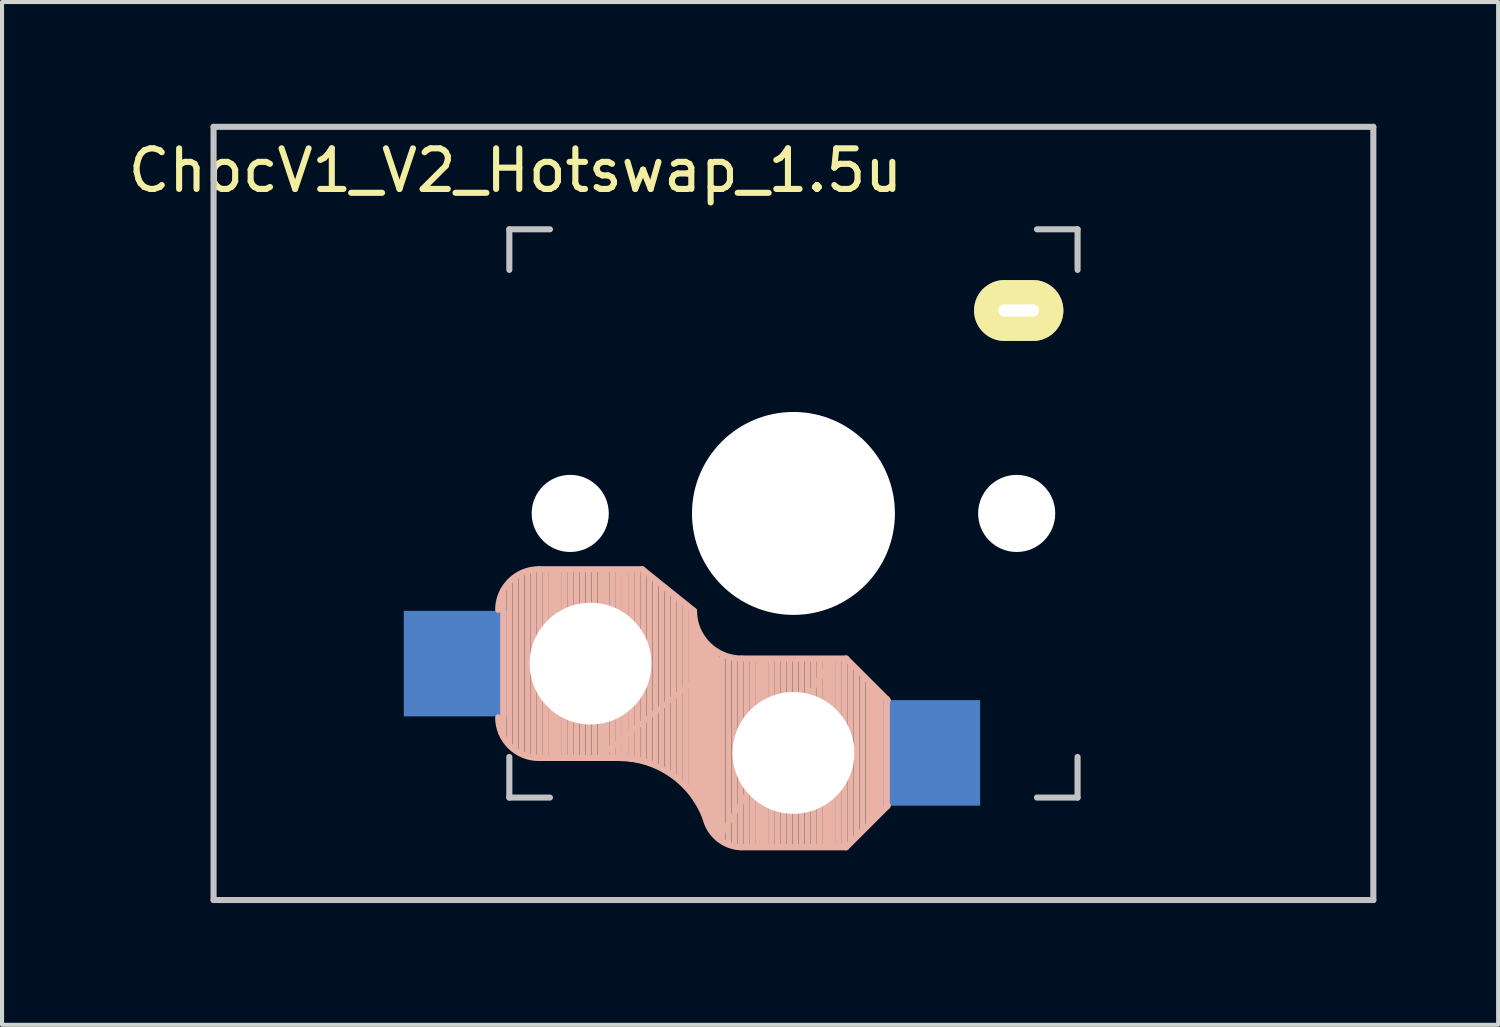
<source format=kicad_pcb>
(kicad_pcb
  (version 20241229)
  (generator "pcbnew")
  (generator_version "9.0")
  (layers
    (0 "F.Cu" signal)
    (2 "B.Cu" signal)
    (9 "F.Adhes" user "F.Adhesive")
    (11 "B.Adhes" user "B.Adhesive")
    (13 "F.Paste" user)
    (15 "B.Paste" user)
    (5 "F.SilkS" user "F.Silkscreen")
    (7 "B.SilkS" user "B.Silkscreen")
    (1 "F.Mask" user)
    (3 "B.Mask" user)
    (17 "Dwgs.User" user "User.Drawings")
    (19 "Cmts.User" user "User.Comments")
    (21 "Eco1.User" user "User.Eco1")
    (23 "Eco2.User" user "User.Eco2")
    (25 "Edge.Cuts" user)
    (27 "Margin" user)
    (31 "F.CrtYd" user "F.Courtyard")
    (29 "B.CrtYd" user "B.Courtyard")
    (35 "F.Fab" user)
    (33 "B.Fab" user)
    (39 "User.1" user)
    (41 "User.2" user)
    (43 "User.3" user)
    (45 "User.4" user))
  (footprint "ChocV1_V2_Hotswap_1.5u"
    (layer "F.Cu")
    (at 16.499 9.6)
    (property "Reference" "ChocV1_V2_Hotswap_1.5u" (at -6.85 -8.45 0) (layer "F.SilkS") (effects (font (size 1 1) (thickness 0.15))))
    (attr through_hole)
    (fp_line (start -7.15 5.5) (end -7.15 1.9) (stroke (width 0.15) (type solid)) (layer "B.SilkS"))
    (fp_line (start -7 5.7) (end -7 1.7) (stroke (width 0.15) (type solid)) (layer "B.SilkS"))
    (fp_line (start -6.85 5.8) (end -6.85 1.6) (stroke (width 0.15) (type solid)) (layer "B.SilkS"))
    (fp_line (start -6.7 5.9) (end -6.7 1.5) (stroke (width 0.15) (type solid)) (layer "B.SilkS"))
    (fp_line (start -6.55 5.95) (end -6.55 1.45) (stroke (width 0.15) (type solid)) (layer "B.SilkS"))
    (fp_line (start -6.4 6) (end -6.4 1.45) (stroke (width 0.15) (type solid)) (layer "B.SilkS"))
    (fp_line (start -6.25 6) (end -6.25 1.4) (stroke (width 0.15) (type solid)) (layer "B.SilkS"))
    (fp_line (start -6.1 6) (end -6.1 1.4) (stroke (width 0.15) (type solid)) (layer "B.SilkS"))
    (fp_line (start -5.95 6) (end -5.95 1.4) (stroke (width 0.15) (type solid)) (layer "B.SilkS"))
    (fp_line (start -5.8 6) (end -5.8 1.4) (stroke (width 0.15) (type solid)) (layer "B.SilkS"))
    (fp_line (start -5.65 6) (end -5.65 1.4) (stroke (width 0.15) (type solid)) (layer "B.SilkS"))
    (fp_line (start -5.5 6) (end -5.5 1.4) (stroke (width 0.15) (type solid)) (layer "B.SilkS"))
    (fp_line (start -5.35 6) (end -5.35 1.4) (stroke (width 0.15) (type solid)) (layer "B.SilkS"))
    (fp_line (start -5.2 6) (end -5.2 1.4) (stroke (width 0.15) (type solid)) (layer "B.SilkS"))
    (fp_line (start -5.05 6) (end -5.05 1.4) (stroke (width 0.15) (type solid)) (layer "B.SilkS"))
    (fp_line (start -4.9 6) (end -4.9 1.4) (stroke (width 0.15) (type solid)) (layer "B.SilkS"))
    (fp_line (start -4.75 6) (end -4.75 1.4) (stroke (width 0.15) (type solid)) (layer "B.SilkS"))
    (fp_line (start -4.65 5.9) (end -4.65 1.4) (stroke (width 0.12) (type solid)) (layer "B.SilkS"))
    (fp_line (start -4.6 6) (end -4.6 1.4) (stroke (width 0.15) (type solid)) (layer "B.SilkS"))
    (fp_line (start -4.45 6) (end -4.45 1.4) (stroke (width 0.15) (type solid)) (layer "B.SilkS"))
    (fp_line (start -4.3 6) (end -4.3 1.4) (stroke (width 0.15) (type solid)) (layer "B.SilkS"))
    (fp_line (start -4.3 6.025) (end -6.275 6.025) (stroke (width 0.15) (type solid)) (layer "B.SilkS"))
    (fp_line (start -4.15 6) (end -4.15 1.45) (stroke (width 0.15) (type solid)) (layer "B.SilkS"))
    (fp_line (start -4 6.05) (end -4 1.4) (stroke (width 0.15) (type solid)) (layer "B.SilkS"))
    (fp_line (start -3.85 6.05) (end -3.85 1.4) (stroke (width 0.15) (type solid)) (layer "B.SilkS"))
    (fp_line (start -3.725 1.375) (end -6.275 1.375) (stroke (width 0.15) (type solid)) (layer "B.SilkS"))
    (fp_line (start -3.725 1.375) (end -2.45 2.4) (stroke (width 0.15) (type solid)) (layer "B.SilkS"))
    (fp_line (start -3.7 6.05) (end -3.7 1.45) (stroke (width 0.15) (type solid)) (layer "B.SilkS"))
    (fp_line (start -3.55 6.1) (end -3.55 1.55) (stroke (width 0.15) (type solid)) (layer "B.SilkS"))
    (fp_line (start -3.4 6.2) (end -3.4 1.65) (stroke (width 0.15) (type solid)) (layer "B.SilkS"))
    (fp_line (start -3.25 6.25) (end -3.25 1.8) (stroke (width 0.15) (type solid)) (layer "B.SilkS"))
    (fp_line (start -3.1 6.35) (end -3.1 1.9) (stroke (width 0.15) (type solid)) (layer "B.SilkS"))
    (fp_line (start -2.95 6.45) (end -2.95 2.05) (stroke (width 0.15) (type solid)) (layer "B.SilkS"))
    (fp_line (start -2.8 6.55) (end -2.8 2.15) (stroke (width 0.15) (type solid)) (layer "B.SilkS"))
    (fp_line (start -2.65 6.7) (end -2.65 2.25) (stroke (width 0.15) (type solid)) (layer "B.SilkS"))
    (fp_line (start -2.5 6.85) (end -2.5 2.4) (stroke (width 0.15) (type solid)) (layer "B.SilkS"))
    (fp_line (start -2.4 7.05) (end -2.4 2.9) (stroke (width 0.15) (type solid)) (layer "B.SilkS"))
    (fp_line (start -2.3 7.2) (end -2.3 3.05) (stroke (width 0.15) (type solid)) (layer "B.SilkS"))
    (fp_line (start -2.2 7.4) (end -2.2 3.25) (stroke (width 0.15) (type solid)) (layer "B.SilkS"))
    (fp_line (start -2.1 7.55) (end -2.1 3.35) (stroke (width 0.15) (type solid)) (layer "B.SilkS"))
    (fp_line (start -2 7.8) (end -2 3.4) (stroke (width 0.15) (type solid)) (layer "B.SilkS"))
    (fp_line (start -1.9 7.95) (end -1.9 3.45) (stroke (width 0.15) (type solid)) (layer "B.SilkS"))
    (fp_line (start -1.8 3.6) (end -4.65 5.9) (stroke (width 0.12) (type solid)) (layer "B.SilkS"))
    (fp_line (start -1.8 7.95) (end -1.8 3.6) (stroke (width 0.12) (type solid)) (layer "B.SilkS"))
    (fp_line (start -1.75 8.05) (end -1.75 3.5) (stroke (width 0.15) (type solid)) (layer "B.SilkS"))
    (fp_line (start -1.6 8.15) (end -1.6 3.6) (stroke (width 0.15) (type solid)) (layer "B.SilkS"))
    (fp_line (start -1.45 8.2) (end -1.45 3.6) (stroke (width 0.15) (type solid)) (layer "B.SilkS"))
    (fp_line (start -1.3 8.2) (end -1.3 3.6) (stroke (width 0.15) (type solid)) (layer "B.SilkS"))
    (fp_line (start -1.15 8.2) (end -1.15 3.65) (stroke (width 0.15) (type solid)) (layer "B.SilkS"))
    (fp_line (start -1 8.2) (end -1 3.6) (stroke (width 0.15) (type solid)) (layer "B.SilkS"))
    (fp_line (start -0.85 8.2) (end -0.85 3.6) (stroke (width 0.15) (type solid)) (layer "B.SilkS"))
    (fp_line (start -0.7 8.2) (end -0.7 3.6) (stroke (width 0.15) (type solid)) (layer "B.SilkS"))
    (fp_line (start -0.55 8.2) (end -0.55 3.6) (stroke (width 0.15) (type solid)) (layer "B.SilkS"))
    (fp_line (start -0.4 8.2) (end -0.4 3.6) (stroke (width 0.15) (type solid)) (layer "B.SilkS"))
    (fp_line (start -0.25 8.2) (end -0.25 3.6) (stroke (width 0.15) (type solid)) (layer "B.SilkS"))
    (fp_line (start -0.1 8.2) (end -0.1 3.6) (stroke (width 0.15) (type solid)) (layer "B.SilkS"))
    (fp_line (start 0.05 8.2) (end 0.05 3.6) (stroke (width 0.15) (type solid)) (layer "B.SilkS"))
    (fp_line (start 0.2 8.2) (end 0.2 3.6) (stroke (width 0.15) (type solid)) (layer "B.SilkS"))
    (fp_line (start 0.35 8.2) (end 0.35 3.6) (stroke (width 0.15) (type solid)) (layer "B.SilkS"))
    (fp_line (start 0.5 8.2) (end 0.5 3.6) (stroke (width 0.15) (type solid)) (layer "B.SilkS"))
    (fp_line (start 0.65 8.2) (end 0.65 3.6) (stroke (width 0.15) (type solid)) (layer "B.SilkS"))
    (fp_line (start 0.8 8.2) (end 0.8 3.6) (stroke (width 0.15) (type solid)) (layer "B.SilkS"))
    (fp_line (start 0.9 3.65) (end -1.8 7.95) (stroke (width 0.12) (type solid)) (layer "B.SilkS"))
    (fp_line (start 0.9 8.1) (end 0.9 3.65) (stroke (width 0.12) (type solid)) (layer "B.SilkS"))
    (fp_line (start 0.95 8.2) (end 0.95 3.6) (stroke (width 0.15) (type solid)) (layer "B.SilkS"))
    (fp_line (start 1.1 8.2) (end 1.1 3.6) (stroke (width 0.15) (type solid)) (layer "B.SilkS"))
    (fp_line (start 1.25 8.2) (end 1.25 3.6) (stroke (width 0.15) (type solid)) (layer "B.SilkS"))
    (fp_line (start 1.3 3.575) (end -1.275 3.575) (stroke (width 0.15) (type solid)) (layer "B.SilkS"))
    (fp_line (start 1.3 3.575) (end 2.325 4.6) (stroke (width 0.15) (type solid)) (layer "B.SilkS"))
    (fp_line (start 1.3 8.225) (end -1.3 8.225) (stroke (width 0.15) (type solid)) (layer "B.SilkS"))
    (fp_line (start 1.3 8.225) (end 2.325 7.2) (stroke (width 0.15) (type solid)) (layer "B.SilkS"))
    (fp_line (start 1.4 8.1) (end 1.4 3.7) (stroke (width 0.15) (type solid)) (layer "B.SilkS"))
    (fp_line (start 1.55 7.95) (end 1.55 3.85) (stroke (width 0.15) (type solid)) (layer "B.SilkS"))
    (fp_line (start 1.7 7.8) (end 1.7 4) (stroke (width 0.15) (type solid)) (layer "B.SilkS"))
    (fp_line (start 1.85 7.65) (end 1.85 4.15) (stroke (width 0.15) (type solid)) (layer "B.SilkS"))
    (fp_line (start 1.95 7.55) (end 1.95 4.3) (stroke (width 0.15) (type solid)) (layer "B.SilkS"))
    (fp_line (start 2.05 7.45) (end 2.05 4.4) (stroke (width 0.15) (type solid)) (layer "B.SilkS"))
    (fp_line (start 2.15 7.35) (end 2.15 4.5) (stroke (width 0.15) (type solid)) (layer "B.SilkS"))
    (fp_line (start 2.3 4.575) (end 2.3 7.225) (stroke (width 0.15) (type solid)) (layer "B.SilkS"))
    (fp_arc (start -7.275 2.375) (mid -6.982107 1.667893) (end -6.275 1.375) (stroke (width 0.15) (type solid)) (layer "B.SilkS"))
    (fp_arc (start -6.275 6.025) (mid -6.982107 5.732107) (end -7.275 5.025) (stroke (width 0.15) (type solid)) (layer "B.SilkS"))
    (fp_arc (start -4.3 6.025) (mid -2.995114 6.436429) (end -2.162199 7.521904) (stroke (width 0.15) (type solid)) (layer "B.SilkS"))
    (fp_arc (start -1.300995 8.223791) (mid -1.848284 8.016021) (end -2.162199 7.521904) (stroke (width 0.15) (type solid)) (layer "B.SilkS"))
    (fp_arc (start -1.275 3.575) (mid -2.10585 3.23085) (end -2.45 2.4) (stroke (width 0.15) (type solid)) (layer "B.SilkS"))
    (fp_line (start -14.287 -9.525) (end 14.287 -9.525) (stroke (width 0.15) (type solid)) (layer "Dwgs.User"))
    (fp_line (start -14.287 9.525) (end -14.287 -9.525) (stroke (width 0.15) (type solid)) (layer "Dwgs.User"))
    (fp_line (start -7 -7) (end -6 -7) (stroke (width 0.15) (type solid)) (layer "Dwgs.User"))
    (fp_line (start -7 -6) (end -7 -7) (stroke (width 0.15) (type solid)) (layer "Dwgs.User"))
    (fp_line (start -7 7) (end -7 6) (stroke (width 0.15) (type solid)) (layer "Dwgs.User"))
    (fp_line (start -6 7) (end -7 7) (stroke (width 0.15) (type solid)) (layer "Dwgs.User"))
    (fp_line (start 6 7) (end 7 7) (stroke (width 0.15) (type solid)) (layer "Dwgs.User"))
    (fp_line (start 7 -7) (end 6 -7) (stroke (width 0.15) (type solid)) (layer "Dwgs.User"))
    (fp_line (start 7 -6) (end 7 -7) (stroke (width 0.15) (type solid)) (layer "Dwgs.User"))
    (fp_line (start 7 7) (end 7 6) (stroke (width 0.15) (type solid)) (layer "Dwgs.User"))
    (fp_line (start 14.287 -9.525) (end 14.287 9.525) (stroke (width 0.15) (type solid)) (layer "Dwgs.User"))
    (fp_line (start 14.287 9.525) (end -14.287 9.525) (stroke (width 0.15) (type solid)) (layer "Dwgs.User"))
    (pad "" np_thru_hole circle (at -5.5 0 90) (size 1.9 1.9) (drill 1.9) (layers "*.Cu"))
    (pad "" np_thru_hole circle (at -5 3.7 90) (size 3 3) (drill 3) (layers "*.Cu" "*.Mask"))
    (pad "" np_thru_hole circle (at 0 0 90) (size 5 5) (drill 5) (layers "*.Cu"))
    (pad "" np_thru_hole circle (at 0 5.9 90) (size 3 3) (drill 3) (layers "*.Cu" "*.Mask"))
    (pad "" np_thru_hole circle (at 5.5 0 90) (size 1.9 1.9) (drill 1.9) (layers "*.Cu"))
    (pad "" thru_hole oval (at 5.55 -5 180) (size 2.2 1.5) (drill oval 1 0.3) (layers "*.Cu" "B.Mask" "F.SilkS"))
    (pad "1" smd rect (at -8.3 3.7 180) (size 2.6 2.6) (layers "B.Cu" "B.Mask" "B.Paste"))
    (pad "2" smd rect (at 3.3 5.9 180) (size 2.6 2.6) (layers "B.Cu" "B.Mask" "B.Paste")))
  (gr_rect
    (start -3 -3)
    (end 33.861 22.2)
    (stroke (width 0.1) (type default))
    (fill no)
    (layer "Edge.Cuts")))
</source>
